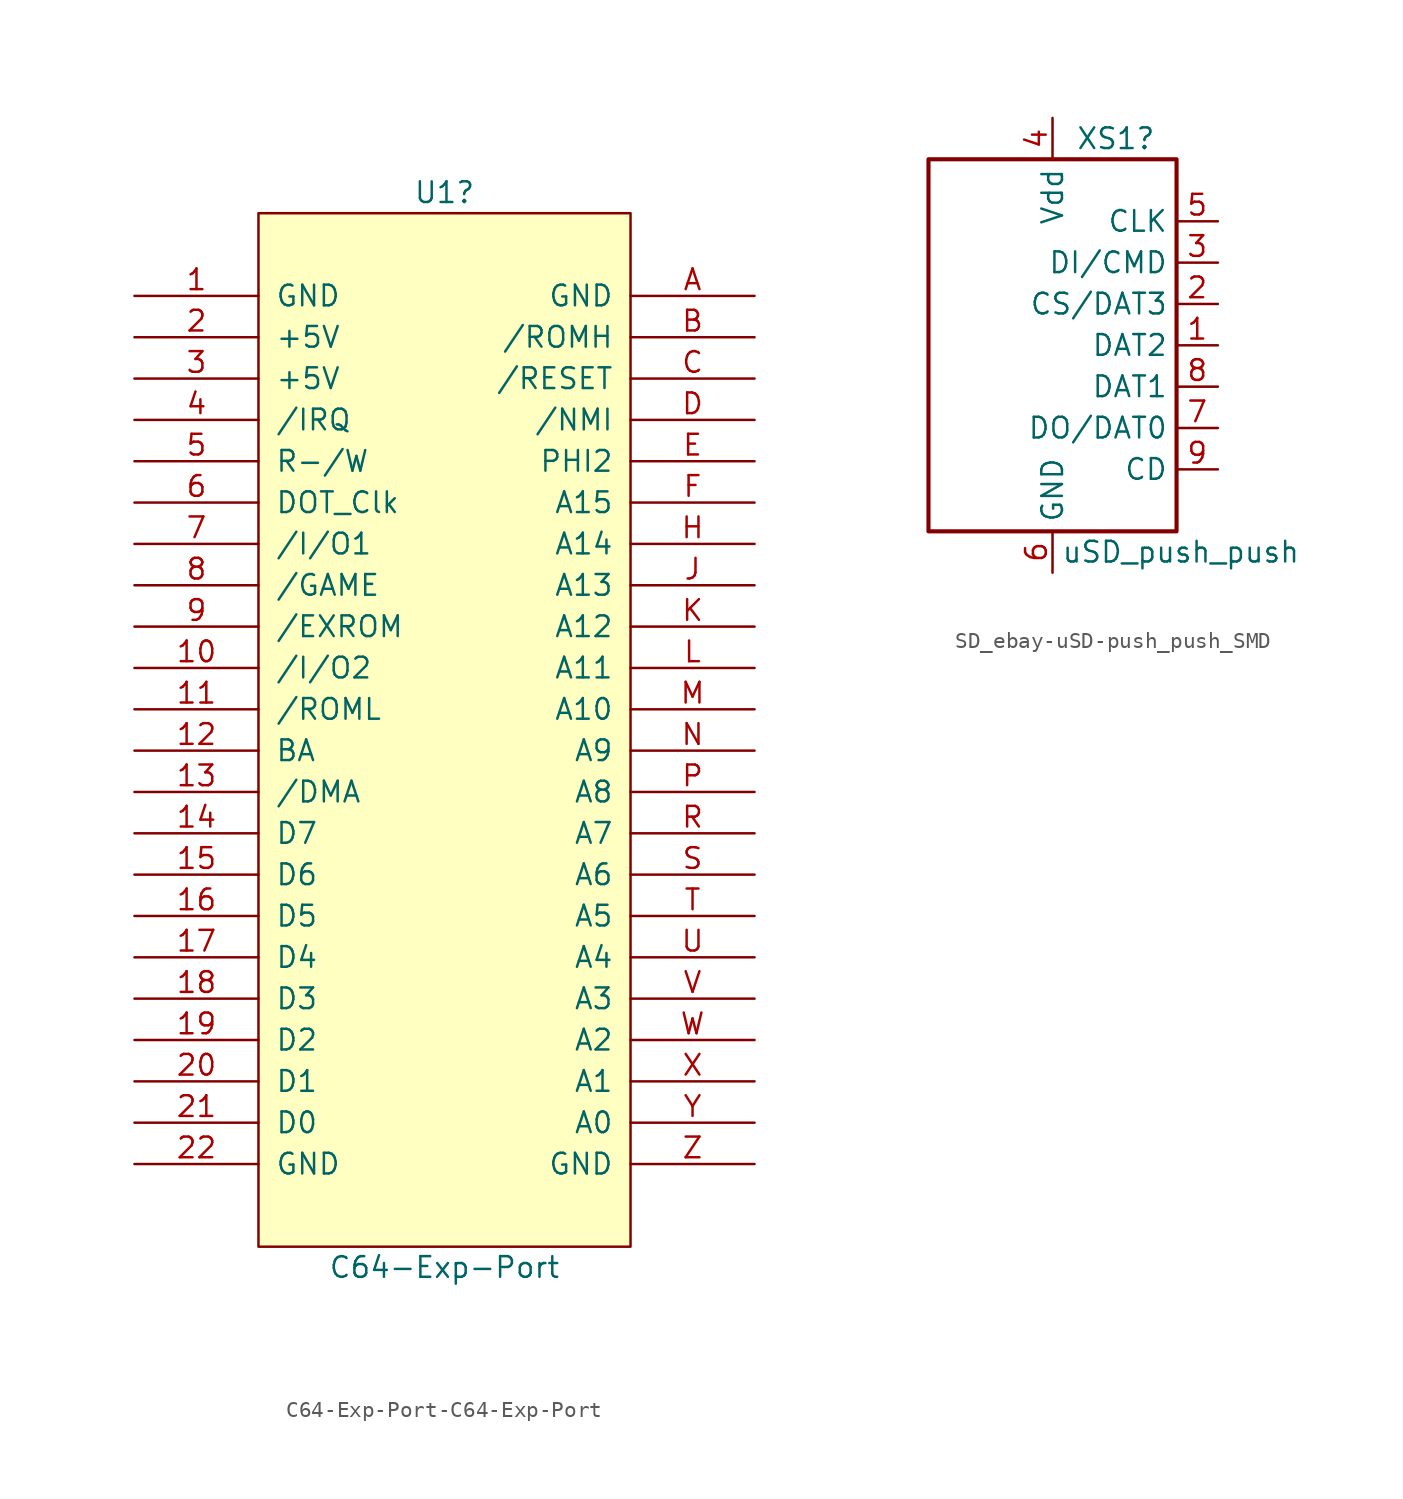
<source format=kicad_sym>
(kicad_symbol_lib
  (version 20220914)
  (generator kicad_symbol_editor)
  (symbol "C64-Exp-Port-C64-Exp-Port"
    (pin_names
      (offset 1.016))
    (property "Reference" "U1"
      (at 0 33.02 0)
      (effects (font (size 1.27 1.27))))
    (property "Value" "C64-Exp-Port"
      (at 0 -33.02 0)
      (effects (font (size 1.27 1.27))))
    (symbol "C64-Exp-Port-C64-Exp-Port_1_0"
      (rectangle (start -11.43 -31.75) (end 11.43 31.75) (stroke (width 0) (type solid)) (fill (type background))))
    (symbol "C64-Exp-Port-C64-Exp-Port_1_1"
      (pin power_in line (at -19.05 26.67 0) (length 7.62) (name "GND" (effects (font (size 1.27 1.27)))) (number "1" (effects (font (size 1.27 1.27)))))
      (pin passive line (at -19.05 3.81 0) (length 7.62) (name "/I/O2" (effects (font (size 1.27 1.27)))) (number "10" (effects (font (size 1.27 1.27)))))
      (pin passive line (at -19.05 1.27 0) (length 7.62) (name "/ROML" (effects (font (size 1.27 1.27)))) (number "11" (effects (font (size 1.27 1.27)))))
      (pin passive line (at -19.05 -1.27 0) (length 7.62) (name "BA" (effects (font (size 1.27 1.27)))) (number "12" (effects (font (size 1.27 1.27)))))
      (pin passive line (at -19.05 -3.81 0) (length 7.62) (name "/DMA" (effects (font (size 1.27 1.27)))) (number "13" (effects (font (size 1.27 1.27)))))
      (pin passive line (at -19.05 -6.35 0) (length 7.62) (name "D7" (effects (font (size 1.27 1.27)))) (number "14" (effects (font (size 1.27 1.27)))))
      (pin passive line (at -19.05 -8.89 0) (length 7.62) (name "D6" (effects (font (size 1.27 1.27)))) (number "15" (effects (font (size 1.27 1.27)))))
      (pin passive line (at -19.05 -11.43 0) (length 7.62) (name "D5" (effects (font (size 1.27 1.27)))) (number "16" (effects (font (size 1.27 1.27)))))
      (pin passive line (at -19.05 -13.97 0) (length 7.62) (name "D4" (effects (font (size 1.27 1.27)))) (number "17" (effects (font (size 1.27 1.27)))))
      (pin passive line (at -19.05 -16.51 0) (length 7.62) (name "D3" (effects (font (size 1.27 1.27)))) (number "18" (effects (font (size 1.27 1.27)))))
      (pin passive line (at -19.05 -19.05 0) (length 7.62) (name "D2" (effects (font (size 1.27 1.27)))) (number "19" (effects (font (size 1.27 1.27)))))
      (pin power_in line (at -19.05 24.13 0) (length 7.62) (name "+5V" (effects (font (size 1.27 1.27)))) (number "2" (effects (font (size 1.27 1.27)))))
      (pin passive line (at -19.05 -21.59 0) (length 7.62) (name "D1" (effects (font (size 1.27 1.27)))) (number "20" (effects (font (size 1.27 1.27)))))
      (pin passive line (at -19.05 -24.13 0) (length 7.62) (name "D0" (effects (font (size 1.27 1.27)))) (number "21" (effects (font (size 1.27 1.27)))))
      (pin power_in line (at -19.05 -26.67 0) (length 7.62) (name "GND" (effects (font (size 1.27 1.27)))) (number "22" (effects (font (size 1.27 1.27)))))
      (pin power_in line (at -19.05 21.59 0) (length 7.62) (name "+5V" (effects (font (size 1.27 1.27)))) (number "3" (effects (font (size 1.27 1.27)))))
      (pin passive line (at -19.05 19.05 0) (length 7.62) (name "/IRQ" (effects (font (size 1.27 1.27)))) (number "4" (effects (font (size 1.27 1.27)))))
      (pin passive line (at -19.05 16.51 0) (length 7.62) (name "R-/W" (effects (font (size 1.27 1.27)))) (number "5" (effects (font (size 1.27 1.27)))))
      (pin passive line (at -19.05 13.97 0) (length 7.62) (name "DOT_Clk" (effects (font (size 1.27 1.27)))) (number "6" (effects (font (size 1.27 1.27)))))
      (pin passive line (at -19.05 11.43 0) (length 7.62) (name "/I/O1" (effects (font (size 1.27 1.27)))) (number "7" (effects (font (size 1.27 1.27)))))
      (pin passive line (at -19.05 8.89 0) (length 7.62) (name "/GAME" (effects (font (size 1.27 1.27)))) (number "8" (effects (font (size 1.27 1.27)))))
      (pin passive line (at -19.05 6.35 0) (length 7.62) (name "/EXROM" (effects (font (size 1.27 1.27)))) (number "9" (effects (font (size 1.27 1.27)))))
      (pin power_in line (at 19.05 26.67 180) (length 7.62) (name "GND" (effects (font (size 1.27 1.27)))) (number "A" (effects (font (size 1.27 1.27)))))
      (pin passive line (at 19.05 24.13 180) (length 7.62) (name "/ROMH" (effects (font (size 1.27 1.27)))) (number "B" (effects (font (size 1.27 1.27)))))
      (pin passive line (at 19.05 21.59 180) (length 7.62) (name "/RESET" (effects (font (size 1.27 1.27)))) (number "C" (effects (font (size 1.27 1.27)))))
      (pin passive line (at 19.05 19.05 180) (length 7.62) (name "/NMI" (effects (font (size 1.27 1.27)))) (number "D" (effects (font (size 1.27 1.27)))))
      (pin passive line (at 19.05 16.51 180) (length 7.62) (name "PHI2" (effects (font (size 1.27 1.27)))) (number "E" (effects (font (size 1.27 1.27)))))
      (pin passive line (at 19.05 13.97 180) (length 7.62) (name "A15" (effects (font (size 1.27 1.27)))) (number "F" (effects (font (size 1.27 1.27)))))
      (pin passive line (at 19.05 11.43 180) (length 7.62) (name "A14" (effects (font (size 1.27 1.27)))) (number "H" (effects (font (size 1.27 1.27)))))
      (pin passive line (at 19.05 8.89 180) (length 7.62) (name "A13" (effects (font (size 1.27 1.27)))) (number "J" (effects (font (size 1.27 1.27)))))
      (pin passive line (at 19.05 6.35 180) (length 7.62) (name "A12" (effects (font (size 1.27 1.27)))) (number "K" (effects (font (size 1.27 1.27)))))
      (pin passive line (at 19.05 3.81 180) (length 7.62) (name "A11" (effects (font (size 1.27 1.27)))) (number "L" (effects (font (size 1.27 1.27)))))
      (pin passive line (at 19.05 1.27 180) (length 7.62) (name "A10" (effects (font (size 1.27 1.27)))) (number "M" (effects (font (size 1.27 1.27)))))
      (pin passive line (at 19.05 -1.27 180) (length 7.62) (name "A9" (effects (font (size 1.27 1.27)))) (number "N" (effects (font (size 1.27 1.27)))))
      (pin passive line (at 19.05 -3.81 180) (length 7.62) (name "A8" (effects (font (size 1.27 1.27)))) (number "P" (effects (font (size 1.27 1.27)))))
      (pin passive line (at 19.05 -6.35 180) (length 7.62) (name "A7" (effects (font (size 1.27 1.27)))) (number "R" (effects (font (size 1.27 1.27)))))
      (pin passive line (at 19.05 -8.89 180) (length 7.62) (name "A6" (effects (font (size 1.27 1.27)))) (number "S" (effects (font (size 1.27 1.27)))))
      (pin passive line (at 19.05 -11.43 180) (length 7.62) (name "A5" (effects (font (size 1.27 1.27)))) (number "T" (effects (font (size 1.27 1.27)))))
      (pin passive line (at 19.05 -13.97 180) (length 7.62) (name "A4" (effects (font (size 1.27 1.27)))) (number "U" (effects (font (size 1.27 1.27)))))
      (pin passive line (at 19.05 -16.51 180) (length 7.62) (name "A3" (effects (font (size 1.27 1.27)))) (number "V" (effects (font (size 1.27 1.27)))))
      (pin passive line (at 19.05 -19.05 180) (length 7.62) (name "A2" (effects (font (size 1.27 1.27)))) (number "W" (effects (font (size 1.27 1.27)))))
      (pin passive line (at 19.05 -21.59 180) (length 7.62) (name "A1" (effects (font (size 1.27 1.27)))) (number "X" (effects (font (size 1.27 1.27)))))
      (pin passive line (at 19.05 -24.13 180) (length 7.62) (name "A0" (effects (font (size 1.27 1.27)))) (number "Y" (effects (font (size 1.27 1.27)))))
      (pin power_in line (at 19.05 -26.67 180) (length 7.62) (name "GND" (effects (font (size 1.27 1.27)))) (number "Z" (effects (font (size 1.27 1.27)))))))
  (symbol "SD_ebay-uSD-push_push_SMD"
    (property "Reference" "XS1"
      (at 5.08 12.7 0)
      (effects (font (size 1.27 1.27)) (justify right)))
    (property "Value" "uSD_push_push"
      (at 13.97 -12.7 0)
      (effects (font (size 1.27 1.27)) (justify right)))
    (symbol "SD_ebay-uSD-push_push_SMD_0_0"
      (rectangle (start 6.35 11.43) (end -8.89 -11.43) (stroke (width 0.254) (type solid)) (fill (type none))))
    (symbol "SD_ebay-uSD-push_push_SMD_1_1"
      (pin bidirectional line (at 8.89 0 180) (length 2.54) (name "DAT2" (effects (font (size 1.27 1.27)))) (number "1" (effects (font (size 1.27 1.27)))))
      (pin input line (at 8.89 2.54 180) (length 2.54) (name "CS/DAT3" (effects (font (size 1.27 1.27)))) (number "2" (effects (font (size 1.27 1.27)))))
      (pin input line (at 8.89 5.08 180) (length 2.54) (name "DI/CMD" (effects (font (size 1.27 1.27)))) (number "3" (effects (font (size 1.27 1.27)))))
      (pin input line (at -1.27 13.97 270) (length 2.54) (name "Vdd" (effects (font (size 1.27 1.27)))) (number "4" (effects (font (size 1.27 1.27)))))
      (pin input line (at 8.89 7.62 180) (length 2.54) (name "CLK" (effects (font (size 1.27 1.27)))) (number "5" (effects (font (size 1.27 1.27)))))
      (pin input line (at -1.27 -13.97 90) (length 2.54) (name "GND" (effects (font (size 1.27 1.27)))) (number "6" (effects (font (size 1.27 1.27)))))
      (pin input line (at 8.89 -5.08 180) (length 2.54) (name "DO/DAT0" (effects (font (size 1.27 1.27)))) (number "7" (effects (font (size 1.27 1.27)))))
      (pin bidirectional line (at 8.89 -2.54 180) (length 2.54) (name "DAT1" (effects (font (size 1.27 1.27)))) (number "8" (effects (font (size 1.27 1.27)))))
      (pin input line (at 8.89 -7.62 180) (length 2.54) (name "CD" (effects (font (size 1.27 1.27)))) (number "9" (effects (font (size 1.27 1.27))))))))
</source>
